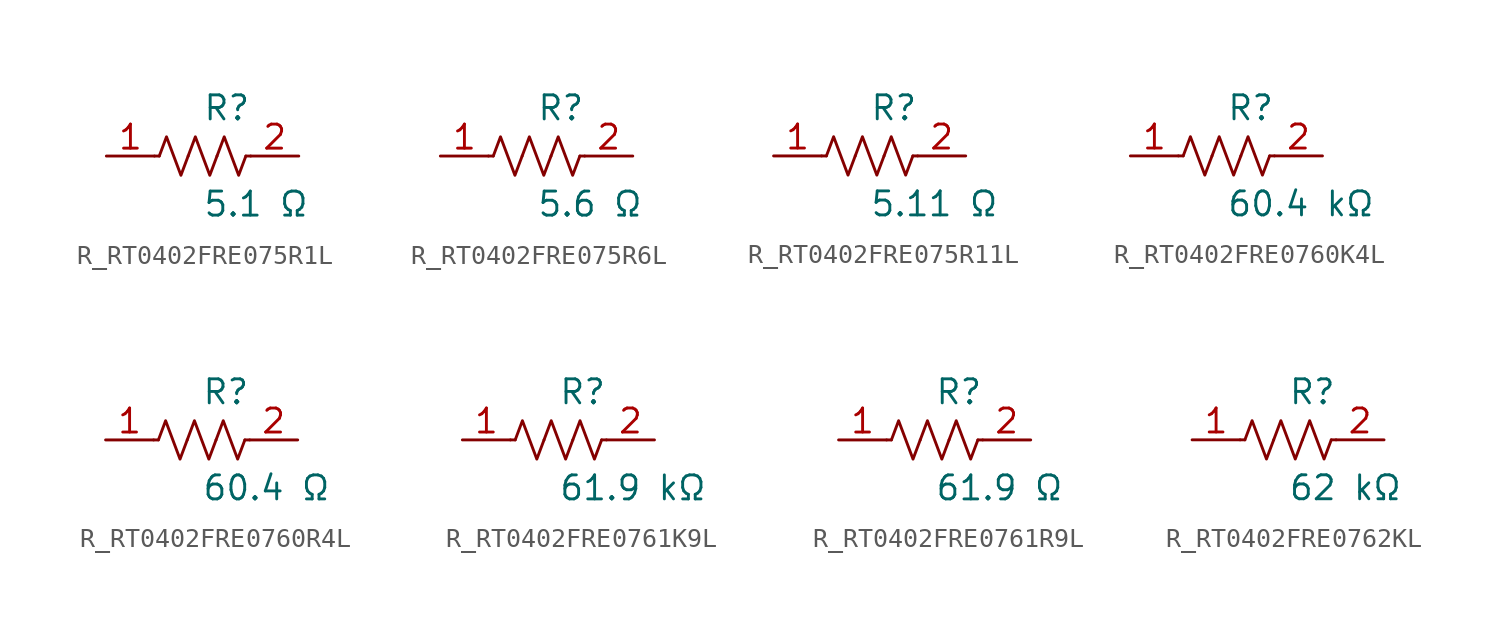
<source format=kicad_sym>
(kicad_symbol_lib
  (version 20231120)
  (generator kicad_symbol_editor)
  (generator_version 8.0)
  (symbol "R_RT0402FRE075R1L"
    (pin_names
      (offset 0.254))
    (property "Reference" "R"
      (at 0.0 2.54 0)
      (effects (font (size 1.27 1.27)) (justify left)))
    (property "Value" "5.1 Ω"
      (at 0.0 -2.54 0)
      (effects (font (size 1.27 1.27)) (justify left)))
    (symbol "R_RT0402FRE075R1L_0_1"
      (polyline (pts (xy 2.286 0) (xy 2.54 0)) (stroke (width 0) (type default)) (fill (type none)))
      (polyline (pts (xy -2.286 0) (xy -2.54 0)) (stroke (width 0) (type default)) (fill (type none)))
      (polyline (pts (xy 0.762 0) (xy 1.143 1.016) (xy 1.524 0) (xy 1.905 -1.016) (xy 2.286 0)) (stroke (width 0) (type default)) (fill (type none)))
      (polyline (pts (xy -0.762 0) (xy -0.381 1.016) (xy 0 0) (xy 0.381 -1.016) (xy 0.762 0)) (stroke (width 0) (type default)) (fill (type none)))
      (polyline (pts (xy -2.286 0) (xy -1.905 1.016) (xy -1.524 0) (xy -1.143 -1.016) (xy -0.762 0)) (stroke (width 0) (type default)) (fill (type none))))
    (pin unspecified line
      (at -5.08 0 0)
      (length 2.54)
      (name "" (effects (font (size 1.27 1.27))))
      (number "1" (effects (font (size 1.27 1.27)))))
    (pin unspecified line
      (at 5.08 0 180)
      (length 2.54)
      (name "" (effects (font (size 1.27 1.27))))
      (number "2" (effects (font (size 1.27 1.27))))))
  (symbol "R_RT0402FRE075R6L"
    (pin_names
      (offset 0.254))
    (property "Reference" "R"
      (at 0.0 2.54 0)
      (effects (font (size 1.27 1.27)) (justify left)))
    (property "Value" "5.6 Ω"
      (at 0.0 -2.54 0)
      (effects (font (size 1.27 1.27)) (justify left)))
    (symbol "R_RT0402FRE075R6L_0_1"
      (polyline (pts (xy 2.286 0) (xy 2.54 0)) (stroke (width 0) (type default)) (fill (type none)))
      (polyline (pts (xy -2.286 0) (xy -2.54 0)) (stroke (width 0) (type default)) (fill (type none)))
      (polyline (pts (xy 0.762 0) (xy 1.143 1.016) (xy 1.524 0) (xy 1.905 -1.016) (xy 2.286 0)) (stroke (width 0) (type default)) (fill (type none)))
      (polyline (pts (xy -0.762 0) (xy -0.381 1.016) (xy 0 0) (xy 0.381 -1.016) (xy 0.762 0)) (stroke (width 0) (type default)) (fill (type none)))
      (polyline (pts (xy -2.286 0) (xy -1.905 1.016) (xy -1.524 0) (xy -1.143 -1.016) (xy -0.762 0)) (stroke (width 0) (type default)) (fill (type none))))
    (pin unspecified line
      (at -5.08 0 0)
      (length 2.54)
      (name "" (effects (font (size 1.27 1.27))))
      (number "1" (effects (font (size 1.27 1.27)))))
    (pin unspecified line
      (at 5.08 0 180)
      (length 2.54)
      (name "" (effects (font (size 1.27 1.27))))
      (number "2" (effects (font (size 1.27 1.27))))))
  (symbol "R_RT0402FRE075R11L"
    (pin_names
      (offset 0.254))
    (property "Reference" "R"
      (at 0.0 2.54 0)
      (effects (font (size 1.27 1.27)) (justify left)))
    (property "Value" "5.11 Ω"
      (at 0.0 -2.54 0)
      (effects (font (size 1.27 1.27)) (justify left)))
    (symbol "R_RT0402FRE075R11L_0_1"
      (polyline (pts (xy 2.286 0) (xy 2.54 0)) (stroke (width 0) (type default)) (fill (type none)))
      (polyline (pts (xy -2.286 0) (xy -2.54 0)) (stroke (width 0) (type default)) (fill (type none)))
      (polyline (pts (xy 0.762 0) (xy 1.143 1.016) (xy 1.524 0) (xy 1.905 -1.016) (xy 2.286 0)) (stroke (width 0) (type default)) (fill (type none)))
      (polyline (pts (xy -0.762 0) (xy -0.381 1.016) (xy 0 0) (xy 0.381 -1.016) (xy 0.762 0)) (stroke (width 0) (type default)) (fill (type none)))
      (polyline (pts (xy -2.286 0) (xy -1.905 1.016) (xy -1.524 0) (xy -1.143 -1.016) (xy -0.762 0)) (stroke (width 0) (type default)) (fill (type none))))
    (pin unspecified line
      (at -5.08 0 0)
      (length 2.54)
      (name "" (effects (font (size 1.27 1.27))))
      (number "1" (effects (font (size 1.27 1.27)))))
    (pin unspecified line
      (at 5.08 0 180)
      (length 2.54)
      (name "" (effects (font (size 1.27 1.27))))
      (number "2" (effects (font (size 1.27 1.27))))))
  (symbol "R_RT0402FRE0760K4L"
    (pin_names
      (offset 0.254))
    (property "Reference" "R"
      (at 0.0 2.54 0)
      (effects (font (size 1.27 1.27)) (justify left)))
    (property "Value" "60.4 kΩ"
      (at 0.0 -2.54 0)
      (effects (font (size 1.27 1.27)) (justify left)))
    (symbol "R_RT0402FRE0760K4L_0_1"
      (polyline (pts (xy 2.286 0) (xy 2.54 0)) (stroke (width 0) (type default)) (fill (type none)))
      (polyline (pts (xy -2.286 0) (xy -2.54 0)) (stroke (width 0) (type default)) (fill (type none)))
      (polyline (pts (xy 0.762 0) (xy 1.143 1.016) (xy 1.524 0) (xy 1.905 -1.016) (xy 2.286 0)) (stroke (width 0) (type default)) (fill (type none)))
      (polyline (pts (xy -0.762 0) (xy -0.381 1.016) (xy 0 0) (xy 0.381 -1.016) (xy 0.762 0)) (stroke (width 0) (type default)) (fill (type none)))
      (polyline (pts (xy -2.286 0) (xy -1.905 1.016) (xy -1.524 0) (xy -1.143 -1.016) (xy -0.762 0)) (stroke (width 0) (type default)) (fill (type none))))
    (pin unspecified line
      (at -5.08 0 0)
      (length 2.54)
      (name "" (effects (font (size 1.27 1.27))))
      (number "1" (effects (font (size 1.27 1.27)))))
    (pin unspecified line
      (at 5.08 0 180)
      (length 2.54)
      (name "" (effects (font (size 1.27 1.27))))
      (number "2" (effects (font (size 1.27 1.27))))))
  (symbol "R_RT0402FRE0760R4L"
    (pin_names
      (offset 0.254))
    (property "Reference" "R"
      (at 0.0 2.54 0)
      (effects (font (size 1.27 1.27)) (justify left)))
    (property "Value" "60.4 Ω"
      (at 0.0 -2.54 0)
      (effects (font (size 1.27 1.27)) (justify left)))
    (symbol "R_RT0402FRE0760R4L_0_1"
      (polyline (pts (xy 2.286 0) (xy 2.54 0)) (stroke (width 0) (type default)) (fill (type none)))
      (polyline (pts (xy -2.286 0) (xy -2.54 0)) (stroke (width 0) (type default)) (fill (type none)))
      (polyline (pts (xy 0.762 0) (xy 1.143 1.016) (xy 1.524 0) (xy 1.905 -1.016) (xy 2.286 0)) (stroke (width 0) (type default)) (fill (type none)))
      (polyline (pts (xy -0.762 0) (xy -0.381 1.016) (xy 0 0) (xy 0.381 -1.016) (xy 0.762 0)) (stroke (width 0) (type default)) (fill (type none)))
      (polyline (pts (xy -2.286 0) (xy -1.905 1.016) (xy -1.524 0) (xy -1.143 -1.016) (xy -0.762 0)) (stroke (width 0) (type default)) (fill (type none))))
    (pin unspecified line
      (at -5.08 0 0)
      (length 2.54)
      (name "" (effects (font (size 1.27 1.27))))
      (number "1" (effects (font (size 1.27 1.27)))))
    (pin unspecified line
      (at 5.08 0 180)
      (length 2.54)
      (name "" (effects (font (size 1.27 1.27))))
      (number "2" (effects (font (size 1.27 1.27))))))
  (symbol "R_RT0402FRE0761K9L"
    (pin_names
      (offset 0.254))
    (property "Reference" "R"
      (at 0.0 2.54 0)
      (effects (font (size 1.27 1.27)) (justify left)))
    (property "Value" "61.9 kΩ"
      (at 0.0 -2.54 0)
      (effects (font (size 1.27 1.27)) (justify left)))
    (symbol "R_RT0402FRE0761K9L_0_1"
      (polyline (pts (xy 2.286 0) (xy 2.54 0)) (stroke (width 0) (type default)) (fill (type none)))
      (polyline (pts (xy -2.286 0) (xy -2.54 0)) (stroke (width 0) (type default)) (fill (type none)))
      (polyline (pts (xy 0.762 0) (xy 1.143 1.016) (xy 1.524 0) (xy 1.905 -1.016) (xy 2.286 0)) (stroke (width 0) (type default)) (fill (type none)))
      (polyline (pts (xy -0.762 0) (xy -0.381 1.016) (xy 0 0) (xy 0.381 -1.016) (xy 0.762 0)) (stroke (width 0) (type default)) (fill (type none)))
      (polyline (pts (xy -2.286 0) (xy -1.905 1.016) (xy -1.524 0) (xy -1.143 -1.016) (xy -0.762 0)) (stroke (width 0) (type default)) (fill (type none))))
    (pin unspecified line
      (at -5.08 0 0)
      (length 2.54)
      (name "" (effects (font (size 1.27 1.27))))
      (number "1" (effects (font (size 1.27 1.27)))))
    (pin unspecified line
      (at 5.08 0 180)
      (length 2.54)
      (name "" (effects (font (size 1.27 1.27))))
      (number "2" (effects (font (size 1.27 1.27))))))
  (symbol "R_RT0402FRE0761R9L"
    (pin_names
      (offset 0.254))
    (property "Reference" "R"
      (at 0.0 2.54 0)
      (effects (font (size 1.27 1.27)) (justify left)))
    (property "Value" "61.9 Ω"
      (at 0.0 -2.54 0)
      (effects (font (size 1.27 1.27)) (justify left)))
    (symbol "R_RT0402FRE0761R9L_0_1"
      (polyline (pts (xy 2.286 0) (xy 2.54 0)) (stroke (width 0) (type default)) (fill (type none)))
      (polyline (pts (xy -2.286 0) (xy -2.54 0)) (stroke (width 0) (type default)) (fill (type none)))
      (polyline (pts (xy 0.762 0) (xy 1.143 1.016) (xy 1.524 0) (xy 1.905 -1.016) (xy 2.286 0)) (stroke (width 0) (type default)) (fill (type none)))
      (polyline (pts (xy -0.762 0) (xy -0.381 1.016) (xy 0 0) (xy 0.381 -1.016) (xy 0.762 0)) (stroke (width 0) (type default)) (fill (type none)))
      (polyline (pts (xy -2.286 0) (xy -1.905 1.016) (xy -1.524 0) (xy -1.143 -1.016) (xy -0.762 0)) (stroke (width 0) (type default)) (fill (type none))))
    (pin unspecified line
      (at -5.08 0 0)
      (length 2.54)
      (name "" (effects (font (size 1.27 1.27))))
      (number "1" (effects (font (size 1.27 1.27)))))
    (pin unspecified line
      (at 5.08 0 180)
      (length 2.54)
      (name "" (effects (font (size 1.27 1.27))))
      (number "2" (effects (font (size 1.27 1.27))))))
  (symbol "R_RT0402FRE0762KL"
    (pin_names
      (offset 0.254))
    (property "Reference" "R"
      (at 0.0 2.54 0)
      (effects (font (size 1.27 1.27)) (justify left)))
    (property "Value" "62 kΩ"
      (at 0.0 -2.54 0)
      (effects (font (size 1.27 1.27)) (justify left)))
    (symbol "R_RT0402FRE0762KL_0_1"
      (polyline (pts (xy 2.286 0) (xy 2.54 0)) (stroke (width 0) (type default)) (fill (type none)))
      (polyline (pts (xy -2.286 0) (xy -2.54 0)) (stroke (width 0) (type default)) (fill (type none)))
      (polyline (pts (xy 0.762 0) (xy 1.143 1.016) (xy 1.524 0) (xy 1.905 -1.016) (xy 2.286 0)) (stroke (width 0) (type default)) (fill (type none)))
      (polyline (pts (xy -0.762 0) (xy -0.381 1.016) (xy 0 0) (xy 0.381 -1.016) (xy 0.762 0)) (stroke (width 0) (type default)) (fill (type none)))
      (polyline (pts (xy -2.286 0) (xy -1.905 1.016) (xy -1.524 0) (xy -1.143 -1.016) (xy -0.762 0)) (stroke (width 0) (type default)) (fill (type none))))
    (pin unspecified line
      (at -5.08 0 0)
      (length 2.54)
      (name "" (effects (font (size 1.27 1.27))))
      (number "1" (effects (font (size 1.27 1.27)))))
    (pin unspecified line
      (at 5.08 0 180)
      (length 2.54)
      (name "" (effects (font (size 1.27 1.27))))
      (number "2" (effects (font (size 1.27 1.27)))))))
</source>
